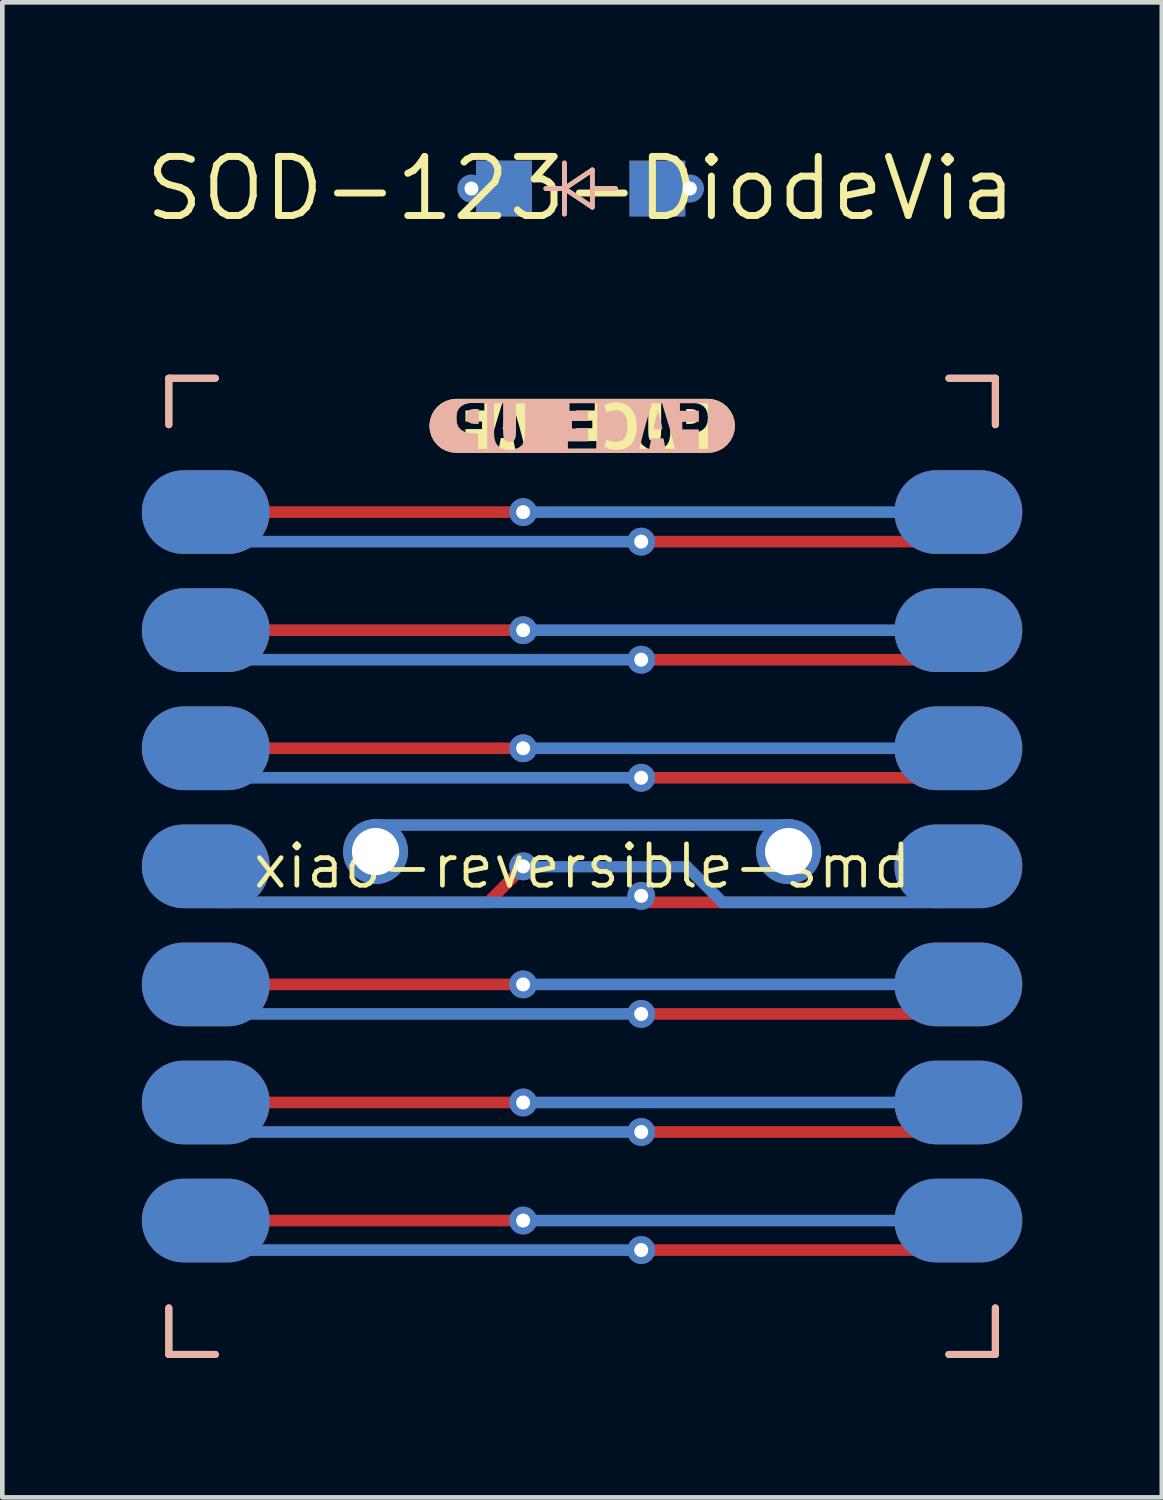
<source format=kicad_pcb>
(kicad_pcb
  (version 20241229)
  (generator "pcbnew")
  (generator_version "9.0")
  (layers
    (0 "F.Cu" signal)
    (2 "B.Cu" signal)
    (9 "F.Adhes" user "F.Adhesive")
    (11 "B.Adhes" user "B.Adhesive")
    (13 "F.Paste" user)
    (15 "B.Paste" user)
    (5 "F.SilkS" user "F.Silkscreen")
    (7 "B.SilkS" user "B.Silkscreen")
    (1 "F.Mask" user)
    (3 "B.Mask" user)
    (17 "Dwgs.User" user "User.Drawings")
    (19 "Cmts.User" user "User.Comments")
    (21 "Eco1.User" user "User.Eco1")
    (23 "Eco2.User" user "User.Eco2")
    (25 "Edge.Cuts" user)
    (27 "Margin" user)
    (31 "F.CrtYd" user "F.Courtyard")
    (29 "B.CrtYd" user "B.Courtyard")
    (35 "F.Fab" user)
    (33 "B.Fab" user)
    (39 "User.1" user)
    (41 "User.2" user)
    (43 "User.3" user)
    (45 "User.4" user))
  (footprint "SOD-123-DiodeVia"
    (layer "F.Cu")
    (at 9.442 1.006)
    (property "Reference" "SOD-123-DiodeVia" (at 0 0 180) (layer "F.SilkS") (effects (font (size 1.27 1.27) (thickness 0.15))))
    (attr through_hole)
    (fp_line (start -0.75 0) (end -0.35 0) (stroke (width 0.1) (type solid)) (layer "F.SilkS"))
    (fp_line (start -0.35 0) (end -0.35 -0.55) (stroke (width 0.1) (type solid)) (layer "F.SilkS"))
    (fp_line (start -0.35 0) (end -0.35 0.55) (stroke (width 0.1) (type solid)) (layer "F.SilkS"))
    (fp_line (start -0.35 0) (end 0.25 -0.4) (stroke (width 0.1) (type solid)) (layer "F.SilkS"))
    (fp_line (start 0.25 -0.4) (end 0.25 0.4) (stroke (width 0.1) (type solid)) (layer "F.SilkS"))
    (fp_line (start 0.25 0) (end 0.75 0) (stroke (width 0.1) (type solid)) (layer "F.SilkS"))
    (fp_line (start 0.25 0.4) (end -0.35 0) (stroke (width 0.1) (type solid)) (layer "F.SilkS"))
    (fp_line (start -0.75 0) (end -0.35 0) (stroke (width 0.1) (type solid)) (layer "B.SilkS"))
    (fp_line (start -0.35 0) (end -0.35 -0.55) (stroke (width 0.1) (type solid)) (layer "B.SilkS"))
    (fp_line (start -0.35 0) (end -0.35 0.55) (stroke (width 0.1) (type solid)) (layer "B.SilkS"))
    (fp_line (start -0.35 0) (end 0.25 -0.4) (stroke (width 0.1) (type solid)) (layer "B.SilkS"))
    (fp_line (start 0.25 -0.4) (end 0.25 0.4) (stroke (width 0.1) (type solid)) (layer "B.SilkS"))
    (fp_line (start 0.25 0) (end 0.75 0) (stroke (width 0.1) (type solid)) (layer "B.SilkS"))
    (fp_line (start 0.25 0.4) (end -0.35 0) (stroke (width 0.1) (type solid)) (layer "B.SilkS"))
    (pad "1" thru_hole circle (at -2.35 0 180) (size 0.6 0.6) (drill 0.3) (layers "*.Cu"))
    (pad "1" smd rect (at -1.65 0) (size 1.2 1.2) (layers "F.Cu" "F.Mask" "F.Paste"))
    (pad "1" smd rect (at -1.65 0) (size 1.2 1.2) (layers "B.Cu" "B.Mask" "B.Paste"))
    (pad "2" smd rect (at 1.65 0) (size 1.2 1.2) (layers "F.Cu" "F.Mask" "F.Paste"))
    (pad "2" smd rect (at 1.65 0) (size 1.2 1.2) (layers "B.Cu" "B.Mask" "B.Paste"))
    (pad "2" thru_hole circle (at 2.35 0 180) (size 0.6 0.6) (drill 0.3) (layers "*.Cu")))
  (footprint "xiao-reversible-smd"
    (layer "F.Cu")
    (at 9.474 15.587)
    (property "Reference" "xiao-reversible-smd" (at 0 0 0) (layer "F.SilkS") (effects (font (size 0.889 0.889) (thickness 0.102))))
    (attr through_hole exclude_from_pos_files)
    (fp_line (start -8.89 -10.5) (end -8.89 -9.5) (stroke (width 0.15) (type solid)) (layer "F.SilkS"))
    (fp_line (start -8.89 -10.5) (end -7.89 -10.5) (stroke (width 0.15) (type solid)) (layer "F.SilkS"))
    (fp_line (start -8.89 10.5) (end -8.89 9.5) (stroke (width 0.15) (type solid)) (layer "F.SilkS"))
    (fp_line (start -8.89 10.5) (end -7.89 10.5) (stroke (width 0.15) (type solid)) (layer "F.SilkS"))
    (fp_line (start 8.89 -10.5) (end 7.89 -10.5) (stroke (width 0.15) (type solid)) (layer "F.SilkS"))
    (fp_line (start 8.89 -10.5) (end 8.89 -9.5) (stroke (width 0.15) (type solid)) (layer "F.SilkS"))
    (fp_line (start 8.89 10.5) (end 7.89 10.5) (stroke (width 0.15) (type solid)) (layer "F.SilkS"))
    (fp_line (start 8.89 10.5) (end 8.89 9.5) (stroke (width 0.15) (type solid)) (layer "F.SilkS"))
    (fp_poly (pts (xy -1.617 -9.808) (xy -1.646 -9.702) (xy -1.672 -9.604) (xy -1.694 -9.506) (xy -1.714 -9.404) (xy -1.522 -9.404) (xy -1.541 -9.506) (xy -1.562 -9.604) (xy -1.587 -9.702) (xy -1.617 -9.808)) (stroke (width 0) (type solid)) (fill yes) (layer "F.SilkS"))
    (fp_poly (pts (xy 2.334 -9.839) (xy 2.286 -9.839) (xy 2.238 -9.835) (xy 2.238 -9.517) (xy 2.317 -9.517) (xy 2.399 -9.526) (xy 2.458 -9.554) (xy 2.494 -9.605) (xy 2.506 -9.682) (xy 2.494 -9.755) (xy 2.459 -9.804) (xy 2.404 -9.83) (xy 2.334 -9.839)) (stroke (width 0) (type solid)) (fill yes) (layer "F.SilkS"))
    (fp_poly (pts (xy -2.706 -10.058) (xy -2.706 -10.058) (xy -2.819 -10.046) (xy -2.928 -10.013) (xy -3.028 -9.96) (xy -3.115 -9.888) (xy -3.187 -9.8) (xy -3.241 -9.7) (xy -3.274 -9.592) (xy -3.285 -9.479) (xy -3.274 -9.366) (xy -3.241 -9.257) (xy -3.187 -9.157) (xy -3.115 -9.069) (xy -3.028 -8.997) (xy -2.928 -8.944) (xy -2.819 -8.911) (xy -2.706 -8.9) (xy -2.706 -8.9) (xy -2.706 -8.987) (xy -2.706 -9.969) (xy -2.104 -9.969) (xy -2.104 -9.807) (xy -2.511 -9.807) (xy -2.511 -9.569) (xy -2.155 -9.569) (xy -2.155 -9.407) (xy -2.511 -9.407) (xy -2.511 -8.987) (xy -2.706 -8.987) (xy -2.706 -8.9) (xy -1.442 -8.9) (xy -1.442 -8.987) (xy -1.488 -9.214) (xy -1.75 -9.214) (xy -1.795 -8.987) (xy -1.998 -8.987) (xy -1.97 -9.101) (xy -1.942 -9.211) (xy -1.913 -9.317) (xy -1.885 -9.418) (xy -1.857 -9.516) (xy -1.821 -9.634) (xy -1.786 -9.749) (xy -1.752 -9.86) (xy -1.718 -9.969) (xy -1.506 -9.969) (xy -1.471 -9.86) (xy -1.436 -9.747) (xy -1.401 -9.631) (xy -1.367 -9.511) (xy -1.339 -9.413) (xy -1.312 -9.311) (xy -1.285 -9.206) (xy -1.259 -9.098) (xy -1.233 -8.987) (xy -1.442 -8.987) (xy -1.442 -8.9) (xy -0.749 -8.9) (xy -0.749 -8.966) (xy -0.876 -8.981) (xy -0.982 -9.025) (xy -1.066 -9.099) (xy -1.114 -9.173) (xy -1.148 -9.261) (xy -1.169 -9.363) (xy -1.176 -9.479) (xy -1.167 -9.594) (xy -1.142 -9.696) (xy -1.102 -9.784) (xy -1.049 -9.857) (xy -0.984 -9.915) (xy -0.908 -9.957) (xy -0.823 -9.983) (xy -0.729 -9.991) (xy -0.635 -9.983) (xy -0.561 -9.963) (xy -0.508 -9.939) (xy -0.475 -9.92) (xy -0.526 -9.764) (xy -0.614 -9.805) (xy -0.733 -9.822) (xy -0.822 -9.805) (xy -0.9 -9.749) (xy -0.956 -9.645) (xy -0.972 -9.572) (xy -0.977 -9.483) (xy -0.971 -9.38) (xy -0.951 -9.294) (xy -0.919 -9.225) (xy -0.843 -9.158) (xy -0.729 -9.136) (xy -0.603 -9.153) (xy -0.523 -9.188) (xy -0.474 -9.034) (xy -0.586 -8.987) (xy -0.662 -8.971) (xy -0.749 -8.966) (xy -0.749 -8.9) (xy -0.325 -8.9) (xy -0.325 -8.987) (xy -0.325 -9.969) (xy 0.271 -9.969) (xy 0.271 -9.807) (xy -0.129 -9.807) (xy -0.129 -9.587) (xy 0.218 -9.587) (xy 0.218 -9.425) (xy -0.129 -9.425) (xy -0.129 -9.148) (xy 0.306 -9.148) (xy 0.306 -8.987) (xy -0.325 -8.987) (xy -0.325 -8.9) (xy 1.557 -8.9) (xy 1.557 -8.966) (xy 1.469 -8.972) (xy 1.397 -8.992) (xy 1.295 -9.067) (xy 1.262 -9.122) (xy 1.241 -9.187) (xy 1.229 -9.26) (xy 1.225 -9.342) (xy 1.225 -9.969) (xy 1.422 -9.969) (xy 1.422 -9.355) (xy 1.428 -9.251) (xy 1.449 -9.183) (xy 1.491 -9.147) (xy 1.56 -9.136) (xy 1.628 -9.147) (xy 1.671 -9.184) (xy 1.693 -9.252) (xy 1.699 -9.356) (xy 1.699 -9.969) (xy 1.895 -9.969) (xy 1.895 -9.342) (xy 1.891 -9.26) (xy 1.879 -9.187) (xy 1.857 -9.122) (xy 1.823 -9.067) (xy 1.777 -9.024) (xy 1.718 -8.992) (xy 1.645 -8.972) (xy 1.557 -8.966) (xy 1.557 -8.9) (xy 2.238 -8.9) (xy 2.238 -8.987) (xy 2.042 -8.987) (xy 2.042 -9.956) (xy 2.107 -9.968) (xy 2.179 -9.975) (xy 2.25 -9.979) (xy 2.312 -9.98) (xy 2.428 -9.972) (xy 2.525 -9.946) (xy 2.603 -9.903) (xy 2.66 -9.841) (xy 2.694 -9.757) (xy 2.706 -9.652) (xy 2.694 -9.545) (xy 2.66 -9.46) (xy 2.602 -9.397) (xy 2.523 -9.353) (xy 2.425 -9.327) (xy 2.307 -9.318) (xy 2.238 -9.318) (xy 2.238 -8.987) (xy 2.238 -8.9) (xy 2.706 -8.9) (xy 2.706 -8.9) (xy 2.819 -8.911) (xy 2.928 -8.944) (xy 3.028 -8.997) (xy 3.115 -9.069) (xy 3.187 -9.157) (xy 3.241 -9.257) (xy 3.274 -9.366) (xy 3.285 -9.479) (xy 3.274 -9.592) (xy 3.241 -9.7) (xy 3.187 -9.8) (xy 3.115 -9.888) (xy 3.028 -9.96) (xy 2.928 -10.013) (xy 2.819 -10.046) (xy 2.706 -10.058) (xy 2.706 -10.058) (xy -2.706 -10.058)) (stroke (width 0) (type solid)) (fill yes) (layer "F.SilkS"))
    (fp_line (start -8.894 -10.5) (end -8.894 -9.5) (stroke (width 0.15) (type solid)) (layer "B.SilkS"))
    (fp_line (start -8.894 -10.5) (end -7.894 -10.5) (stroke (width 0.15) (type solid)) (layer "B.SilkS"))
    (fp_line (start -8.894 10.5) (end -8.894 9.5) (stroke (width 0.15) (type solid)) (layer "B.SilkS"))
    (fp_line (start -8.894 10.5) (end -7.894 10.5) (stroke (width 0.15) (type solid)) (layer "B.SilkS"))
    (fp_line (start 8.886 -10.5) (end 7.886 -10.5) (stroke (width 0.15) (type solid)) (layer "B.SilkS"))
    (fp_line (start 8.886 -10.5) (end 8.886 -9.5) (stroke (width 0.15) (type solid)) (layer "B.SilkS"))
    (fp_line (start 8.886 10.5) (end 7.886 10.5) (stroke (width 0.15) (type solid)) (layer "B.SilkS"))
    (fp_line (start 8.886 10.5) (end 8.886 9.5) (stroke (width 0.15) (type solid)) (layer "B.SilkS"))
    (fp_poly (pts (xy 1.629 -9.808) (xy 1.659 -9.702) (xy 1.684 -9.604) (xy 1.706 -9.506) (xy 1.726 -9.404) (xy 1.534 -9.404) (xy 1.553 -9.506) (xy 1.575 -9.604) (xy 1.6 -9.702) (xy 1.629 -9.808)) (stroke (width 0) (type solid)) (fill yes) (layer "B.SilkS"))
    (fp_poly (pts (xy -2.322 -9.839) (xy -2.273 -9.839) (xy -2.225 -9.835) (xy -2.225 -9.517) (xy -2.304 -9.517) (xy -2.387 -9.526) (xy -2.446 -9.554) (xy -2.481 -9.605) (xy -2.493 -9.682) (xy -2.482 -9.755) (xy -2.447 -9.804) (xy -2.392 -9.83) (xy -2.322 -9.839)) (stroke (width 0) (type solid)) (fill yes) (layer "B.SilkS"))
    (fp_poly (pts (xy 2.705 -10.051) (xy 2.705 -10.051) (xy 2.818 -10.04) (xy 2.926 -10.007) (xy 3.026 -9.953) (xy 3.114 -9.881) (xy 3.186 -9.793) (xy 3.24 -9.693) (xy 3.273 -9.585) (xy 3.284 -9.472) (xy 3.273 -9.359) (xy 3.24 -9.25) (xy 3.186 -9.15) (xy 3.114 -9.062) (xy 3.026 -8.99) (xy 2.926 -8.937) (xy 2.818 -8.904) (xy 2.705 -8.893) (xy 2.705 -8.893) (xy 2.705 -8.98) (xy 2.705 -9.962) (xy 2.103 -9.962) (xy 2.103 -9.8) (xy 2.509 -9.8) (xy 2.509 -9.562) (xy 2.154 -9.562) (xy 2.154 -9.4) (xy 2.509 -9.4) (xy 2.509 -8.98) (xy 2.705 -8.98) (xy 2.705 -8.893) (xy 1.441 -8.893) (xy 1.441 -8.98) (xy 1.487 -9.207) (xy 1.749 -9.207) (xy 1.793 -8.98) (xy 1.997 -8.98) (xy 1.969 -9.094) (xy 1.94 -9.204) (xy 1.912 -9.31) (xy 1.884 -9.411) (xy 1.855 -9.509) (xy 1.82 -9.627) (xy 1.785 -9.742) (xy 1.751 -9.854) (xy 1.717 -9.962) (xy 1.504 -9.962) (xy 1.47 -9.853) (xy 1.435 -9.74) (xy 1.4 -9.624) (xy 1.366 -9.504) (xy 1.338 -9.406) (xy 1.311 -9.304) (xy 1.284 -9.199) (xy 1.258 -9.091) (xy 1.231 -8.98) (xy 1.441 -8.98) (xy 1.441 -8.893) (xy 0.747 -8.893) (xy 0.747 -8.959) (xy 0.875 -8.974) (xy 0.981 -9.018) (xy 1.065 -9.092) (xy 1.113 -9.166) (xy 1.147 -9.254) (xy 1.167 -9.356) (xy 1.174 -9.472) (xy 1.166 -9.587) (xy 1.141 -9.689) (xy 1.101 -9.777) (xy 1.048 -9.85) (xy 0.983 -9.908) (xy 0.907 -9.95) (xy 0.821 -9.976) (xy 0.728 -9.985) (xy 0.634 -9.976) (xy 0.56 -9.956) (xy 0.507 -9.932) (xy 0.474 -9.913) (xy 0.525 -9.758) (xy 0.613 -9.798) (xy 0.731 -9.815) (xy 0.821 -9.798) (xy 0.899 -9.742) (xy 0.954 -9.639) (xy 0.97 -9.565) (xy 0.976 -9.477) (xy 0.969 -9.373) (xy 0.95 -9.287) (xy 0.918 -9.219) (xy 0.842 -9.151) (xy 0.728 -9.129) (xy 0.602 -9.146) (xy 0.522 -9.181) (xy 0.473 -9.027) (xy 0.585 -8.98) (xy 0.661 -8.964) (xy 0.747 -8.959) (xy 0.747 -8.893) (xy 0.323 -8.893) (xy 0.323 -8.98) (xy 0.323 -9.962) (xy -0.272 -9.962) (xy -0.272 -9.8) (xy 0.128 -9.8) (xy 0.128 -9.58) (xy -0.22 -9.58) (xy -0.22 -9.418) (xy 0.128 -9.418) (xy 0.128 -9.142) (xy -0.307 -9.142) (xy -0.307 -8.98) (xy 0.323 -8.98) (xy 0.323 -8.893) (xy -1.558 -8.893) (xy -1.558 -8.959) (xy -1.47 -8.966) (xy -1.398 -8.985) (xy -1.296 -9.061) (xy -1.263 -9.115) (xy -1.242 -9.18) (xy -1.23 -9.254) (xy -1.226 -9.335) (xy -1.226 -9.962) (xy -1.423 -9.962) (xy -1.423 -9.348) (xy -1.429 -9.244) (xy -1.451 -9.177) (xy -1.493 -9.14) (xy -1.561 -9.129) (xy -1.629 -9.14) (xy -1.672 -9.177) (xy -1.694 -9.246) (xy -1.701 -9.35) (xy -1.701 -9.962) (xy -1.896 -9.962) (xy -1.896 -9.335) (xy -1.892 -9.254) (xy -1.88 -9.18) (xy -1.858 -9.115) (xy -1.825 -9.061) (xy -1.778 -9.017) (xy -1.72 -8.985) (xy -1.647 -8.966) (xy -1.558 -8.959) (xy -1.558 -8.893) (xy -2.239 -8.893) (xy -2.239 -8.98) (xy -2.044 -8.98) (xy -2.044 -9.95) (xy -2.108 -9.961) (xy -2.18 -9.968) (xy -2.252 -9.972) (xy -2.313 -9.973) (xy -2.429 -9.965) (xy -2.526 -9.939) (xy -2.604 -9.896) (xy -2.661 -9.834) (xy -2.696 -9.75) (xy -2.707 -9.645) (xy -2.696 -9.538) (xy -2.661 -9.453) (xy -2.603 -9.39) (xy -2.524 -9.346) (xy -2.426 -9.32) (xy -2.309 -9.311) (xy -2.239 -9.311) (xy -2.239 -8.98) (xy -2.239 -8.893) (xy -2.707 -8.893) (xy -2.707 -8.893) (xy -2.82 -8.904) (xy -2.929 -8.937) (xy -3.029 -8.99) (xy -3.117 -9.062) (xy -3.189 -9.15) (xy -3.242 -9.25) (xy -3.275 -9.359) (xy -3.286 -9.472) (xy -3.275 -9.585) (xy -3.242 -9.693) (xy -3.189 -9.793) (xy -3.117 -9.881) (xy -3.029 -9.953) (xy -2.929 -10.007) (xy -2.82 -10.04) (xy -2.707 -10.051) (xy -2.707 -10.051) (xy 2.705 -10.051)) (stroke (width 0) (type solid)) (fill yes) (layer "B.SilkS"))
    (pad "1" smd oval (at -7.62 -7.62) (size 2.75 1.8) (drill (offset -0.475 0)) (layers "F.Cu" "F.Mask" "F.Paste"))
    (pad "1" smd rect (at -4.572 -7.62) (size 7 0.25) (layers "F.Cu"))
    (pad "1" thru_hole circle (at -1.27 -7.62) (size 0.6 0.6) (drill 0.3) (layers "*.Cu"))
    (pad "1" smd rect (at 3.048 -7.62) (size 9 0.25) (layers "B.Cu"))
    (pad "1" smd oval (at 7.616 -7.62) (size 2.75 1.8) (drill (offset 0.475 0)) (layers "B.Cu" "B.Mask" "B.Paste"))
    (pad "2" smd oval (at -7.62 -5.08) (size 2.75 1.8) (drill (offset -0.475 0)) (layers "F.Cu" "F.Mask" "F.Paste"))
    (pad "2" smd rect (at -4.572 -5.08) (size 7 0.25) (layers "F.Cu"))
    (pad "2" thru_hole circle (at -1.27 -5.08) (size 0.6 0.6) (drill 0.3) (layers "*.Cu"))
    (pad "2" smd rect (at 3.048 -5.08) (size 9 0.25) (layers "B.Cu"))
    (pad "2" smd oval (at 7.616 -5.08) (size 2.75 1.8) (drill (offset 0.475 0)) (layers "B.Cu" "B.Mask" "B.Paste"))
    (pad "3" smd oval (at -7.62 -2.54) (size 2.75 1.8) (drill (offset -0.475 0)) (layers "F.Cu" "F.Mask" "F.Paste"))
    (pad "3" smd rect (at -4.65 -2.54) (size 7 0.25) (layers "F.Cu"))
    (pad "3" thru_hole circle (at -1.27 -2.54) (size 0.6 0.6) (drill 0.3) (layers "*.Cu"))
    (pad "3" smd rect (at 3.048 -2.54) (size 9 0.25) (layers "B.Cu"))
    (pad "3" smd oval (at 7.616 -2.54) (size 2.75 1.8) (drill (offset 0.475 0)) (layers "B.Cu" "B.Mask" "B.Paste"))
    (pad "4" smd oval (at -7.62 0) (size 2.75 1.8) (drill (offset -0.475 0)) (layers "F.Cu" "F.Mask" "F.Paste"))
    (pad "4" smd rect (at -4.975 0.775) (size 6 0.25) (layers "F.Cu"))
    (pad "4" smd rect (at -1.647 0.396 45) (size 1.176 0.25) (layers "F.Cu"))
    (pad "4" thru_hole circle (at -1.27 0) (size 0.6 0.6) (drill 0.3) (layers "*.Cu"))
    (pad "4" smd rect (at 0.561 0.009) (size 3.498 0.242) (layers "B.Cu"))
    (pad "4" smd rect (at 2.638 0.394 315) (size 1.182 0.25) (layers "B.Cu"))
    (pad "4" smd rect (at 5.278 0.775) (size 4.622 0.25) (layers "B.Cu"))
    (pad "4" smd oval (at 7.616 0) (size 2.75 1.8) (drill (offset 0.475 0)) (layers "B.Cu" "B.Mask" "B.Paste"))
    (pad "5" smd oval (at -7.62 2.54) (size 2.75 1.8) (drill (offset -0.475 0)) (layers "F.Cu" "F.Mask" "F.Paste"))
    (pad "5" smd rect (at -4.572 2.54) (size 7 0.25) (layers "F.Cu"))
    (pad "5" thru_hole circle (at -1.27 2.54) (size 0.6 0.6) (drill 0.3) (layers "*.Cu"))
    (pad "5" smd rect (at 3.048 2.54) (size 9 0.25) (layers "B.Cu"))
    (pad "5" smd oval (at 7.616 2.54) (size 2.75 1.8) (drill (offset 0.475 0)) (layers "B.Cu" "B.Mask" "B.Paste"))
    (pad "6" smd oval (at -7.62 5.08) (size 2.75 1.8) (drill (offset -0.475 0)) (layers "F.Cu" "F.Mask" "F.Paste"))
    (pad "6" smd rect (at -4.572 5.08) (size 7 0.25) (layers "F.Cu"))
    (pad "6" thru_hole circle (at -1.27 5.08) (size 0.6 0.6) (drill 0.3) (layers "*.Cu"))
    (pad "6" smd rect (at 3.048 5.08) (size 9 0.25) (layers "B.Cu"))
    (pad "6" smd oval (at 7.616 5.08) (size 2.75 1.8) (drill (offset 0.475 0)) (layers "B.Cu" "B.Mask" "B.Paste"))
    (pad "7" smd oval (at -7.62 7.62) (size 2.75 1.8) (drill (offset -0.475 0)) (layers "F.Cu" "F.Mask" "F.Paste"))
    (pad "7" smd rect (at -4.572 7.62) (size 7 0.25) (layers "F.Cu"))
    (pad "7" thru_hole circle (at -1.27 7.62) (size 0.6 0.6) (drill 0.3) (layers "*.Cu"))
    (pad "7" smd rect (at 3.048 7.62) (size 9 0.25) (layers "B.Cu"))
    (pad "7" smd oval (at 7.616 7.62) (size 2.75 1.8) (drill (offset 0.475 0)) (layers "B.Cu" "B.Mask" "B.Paste"))
    (pad "8" smd oval (at -7.624 7.62 180) (size 2.75 1.8) (drill (offset 0.475 0)) (layers "B.Cu" "B.Mask" "B.Paste"))
    (pad "8" smd rect (at -3.175 8.255) (size 9 0.25) (layers "B.Cu"))
    (pad "8" thru_hole circle (at 1.27 8.255) (size 0.6 0.6) (drill 0.3) (layers "*.Cu"))
    (pad "8" smd rect (at 4.699 8.255) (size 7 0.25) (layers "F.Cu"))
    (pad "8" smd oval (at 7.62 7.62 180) (size 2.75 1.8) (drill (offset -0.475 0)) (layers "F.Cu" "F.Mask" "F.Paste"))
    (pad "9" smd oval (at -7.624 5.08 180) (size 2.75 1.8) (drill (offset 0.475 0)) (layers "B.Cu" "B.Mask" "B.Paste"))
    (pad "9" smd rect (at -3.175 5.715) (size 9 0.25) (layers "B.Cu"))
    (pad "9" thru_hole circle (at 1.27 5.715) (size 0.6 0.6) (drill 0.3) (layers "*.Cu"))
    (pad "9" smd rect (at 4.699 5.715) (size 7 0.25) (layers "F.Cu"))
    (pad "9" smd oval (at 7.62 5.08 180) (size 2.75 1.8) (drill (offset -0.475 0)) (layers "F.Cu" "F.Mask" "F.Paste"))
    (pad "10" smd oval (at -7.624 2.54 180) (size 2.75 1.8) (drill (offset 0.475 0)) (layers "B.Cu" "B.Mask" "B.Paste"))
    (pad "10" smd rect (at -3.175 3.175) (size 9 0.25) (layers "B.Cu"))
    (pad "10" thru_hole circle (at 1.27 3.175) (size 0.6 0.6) (drill 0.3) (layers "*.Cu"))
    (pad "10" smd rect (at 4.699 3.175) (size 7 0.25) (layers "F.Cu"))
    (pad "10" smd oval (at 7.62 2.54 180) (size 2.75 1.8) (drill (offset -0.475 0)) (layers "F.Cu" "F.Mask" "F.Paste"))
    (pad "11" smd oval (at -7.624 0 180) (size 2.75 1.8) (drill (offset 0.475 0)) (layers "B.Cu" "B.Mask" "B.Paste"))
    (pad "11" smd rect (at -3.237 0.775) (size 9 0.25) (layers "B.Cu"))
    (pad "11" thru_hole circle (at 1.27 0.635) (size 0.6 0.6) (drill 0.3) (layers "*.Cu"))
    (pad "11" smd rect (at 4.525 0.775) (size 6.5 0.25) (layers "F.Cu"))
    (pad "11" smd oval (at 7.62 0 180) (size 2.75 1.8) (drill (offset -0.475 0)) (layers "F.Cu" "F.Mask" "F.Paste"))
    (pad "12" smd oval (at -7.624 -2.54 180) (size 2.75 1.8) (drill (offset 0.475 0)) (layers "B.Cu" "B.Mask" "B.Paste"))
    (pad "12" smd rect (at -3.175 -1.905) (size 9 0.25) (layers "B.Cu"))
    (pad "12" thru_hole circle (at 1.27 -1.905) (size 0.6 0.6) (drill 0.3) (layers "*.Cu"))
    (pad "12" smd rect (at 4.699 -1.905) (size 7 0.25) (layers "F.Cu"))
    (pad "12" smd oval (at 7.62 -2.54 180) (size 2.75 1.8) (drill (offset -0.475 0)) (layers "F.Cu" "F.Mask" "F.Paste"))
    (pad "13" smd oval (at -7.624 -5.08 180) (size 2.75 1.8) (drill (offset 0.475 0)) (layers "B.Cu" "B.Mask" "B.Paste"))
    (pad "13" smd rect (at -3.175 -4.445) (size 9 0.25) (layers "B.Cu"))
    (pad "13" thru_hole circle (at 1.27 -4.445) (size 0.6 0.6) (drill 0.3) (layers "*.Cu"))
    (pad "13" smd rect (at 4.699 -4.445) (size 7 0.25) (layers "F.Cu"))
    (pad "13" smd oval (at 7.62 -5.08 180) (size 2.75 1.8) (drill (offset -0.475 0)) (layers "F.Cu" "F.Mask" "F.Paste"))
    (pad "14" smd oval (at -7.624 -7.62 180) (size 2.75 1.8) (drill (offset 0.475 0)) (layers "B.Cu" "B.Mask" "B.Paste"))
    (pad "14" smd rect (at -3.175 -6.985) (size 9 0.25) (layers "B.Cu"))
    (pad "14" thru_hole circle (at 1.27 -6.985) (size 0.6 0.6) (drill 0.3) (layers "*.Cu"))
    (pad "14" smd rect (at 4.699 -6.985) (size 7 0.25) (layers "F.Cu"))
    (pad "14" smd oval (at 7.62 -7.62 180) (size 2.75 1.8) (drill (offset -0.475 0)) (layers "F.Cu" "F.Mask" "F.Paste"))
    (pad "19" thru_hole circle (at -4.445 -0.317 180) (size 1.397 1.397) (drill 1.016) (layers "*.Cu" "*.Mask"))
    (pad "19" smd rect (at 0 -0.889) (size 9 0.25) (layers "B.Cu"))
    (pad "19" thru_hole circle (at 4.441 -0.317 180) (size 1.397 1.397) (drill 1.016) (layers "*.Cu" "*.Mask")))
  (gr_rect
    (start -3 -3)
    (end 21.944 29.162)
    (stroke (width 0.1) (type default))
    (fill no)
    (layer "Edge.Cuts")))
</source>
